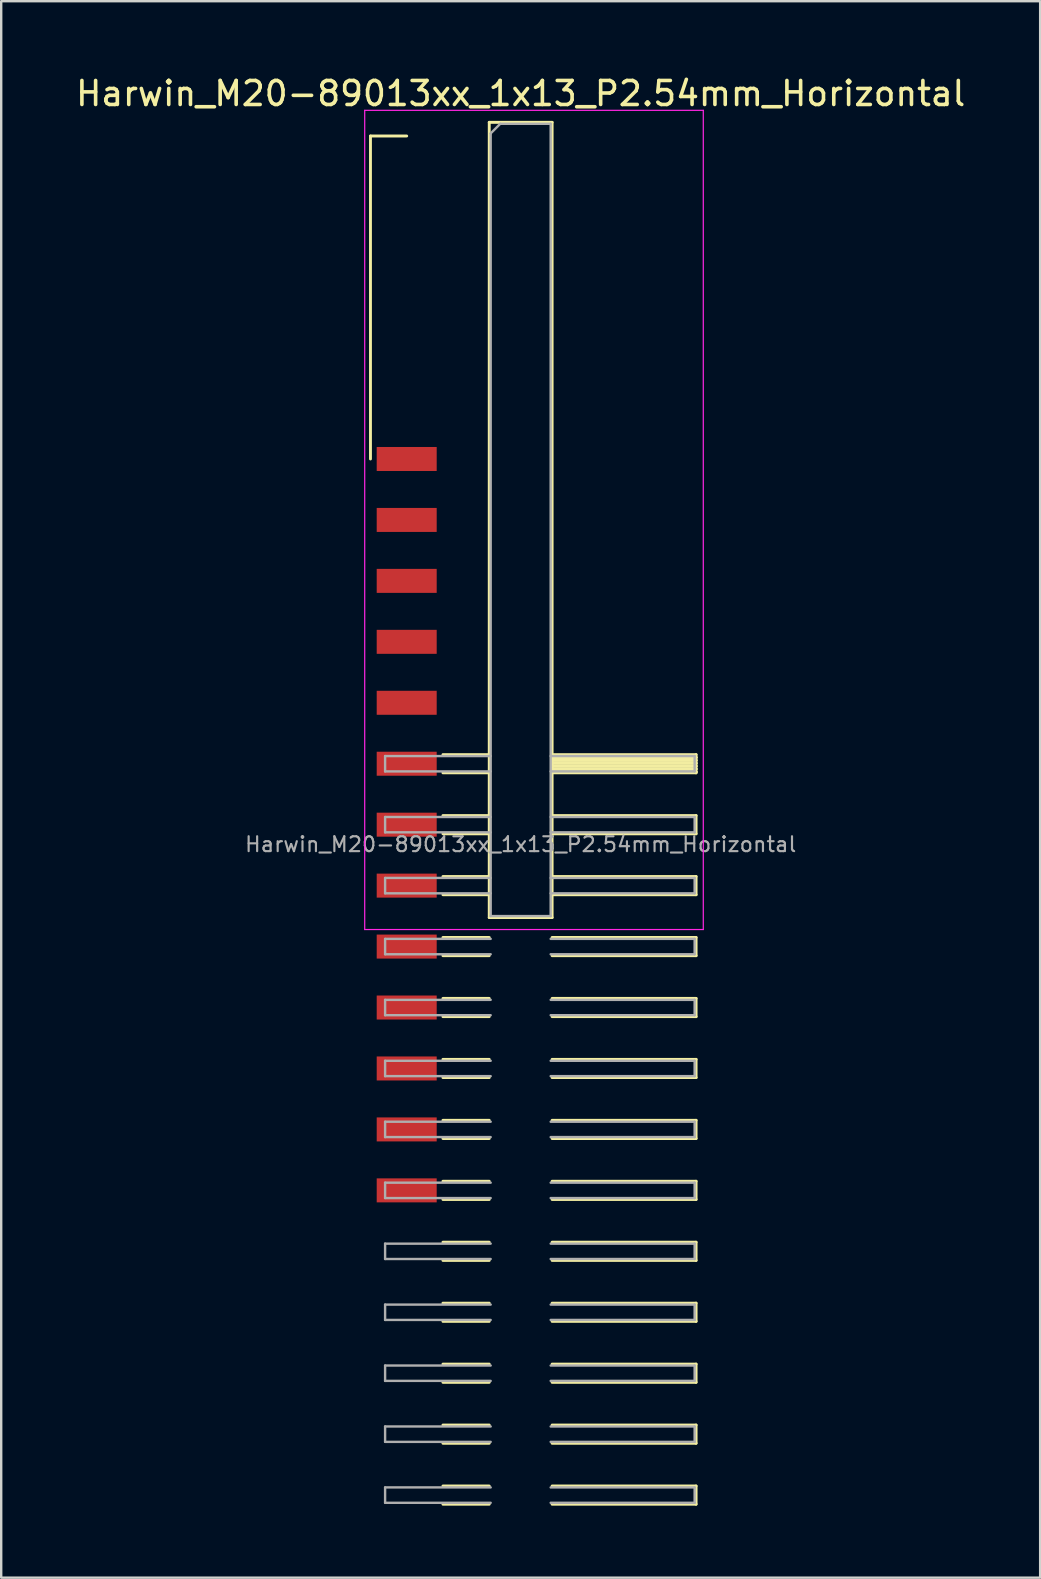
<source format=kicad_pcb>
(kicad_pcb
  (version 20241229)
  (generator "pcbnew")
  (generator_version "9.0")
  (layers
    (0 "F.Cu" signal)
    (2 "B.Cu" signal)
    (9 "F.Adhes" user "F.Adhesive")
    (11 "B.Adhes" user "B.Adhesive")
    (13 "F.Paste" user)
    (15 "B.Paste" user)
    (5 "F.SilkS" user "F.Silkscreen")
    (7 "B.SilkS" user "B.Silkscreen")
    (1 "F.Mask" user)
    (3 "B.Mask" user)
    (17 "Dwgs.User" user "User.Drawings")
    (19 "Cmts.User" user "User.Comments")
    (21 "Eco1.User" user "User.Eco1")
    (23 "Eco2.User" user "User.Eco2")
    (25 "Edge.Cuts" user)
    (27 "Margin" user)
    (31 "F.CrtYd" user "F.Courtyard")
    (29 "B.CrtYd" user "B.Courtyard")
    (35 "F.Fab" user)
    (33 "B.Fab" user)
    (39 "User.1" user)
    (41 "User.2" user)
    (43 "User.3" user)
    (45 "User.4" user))
  (footprint "Harwin_M20-89013xx_1x13_P2.54mm_Horizontal"
    (layer "F.Cu")
    (at 13.899 16.078)
    (property "Reference" "Harwin_M20-89013xx_1x13_P2.54mm_Horizontal" (at 4.75 -15.23 0) (layer "F.SilkS") (effects (font (size 1 1) (thickness 0.15))))
    (attr smd)
    (fp_line (start -1.51 -13.46) (end 0 -13.46) (stroke (width 0.12) (type solid)) (layer "F.SilkS"))
    (fp_line (start -1.51 0) (end -1.51 -13.46) (stroke (width 0.12) (type solid)) (layer "F.SilkS"))
    (fp_line (start 1.51 12.32) (end 3.44 12.32) (stroke (width 0.12) (type solid)) (layer "F.SilkS"))
    (fp_line (start 1.51 13.08) (end 3.44 13.08) (stroke (width 0.12) (type solid)) (layer "F.SilkS"))
    (fp_line (start 1.51 14.86) (end 3.44 14.86) (stroke (width 0.12) (type solid)) (layer "F.SilkS"))
    (fp_line (start 1.51 15.62) (end 3.44 15.62) (stroke (width 0.12) (type solid)) (layer "F.SilkS"))
    (fp_line (start 1.51 17.4) (end 3.44 17.4) (stroke (width 0.12) (type solid)) (layer "F.SilkS"))
    (fp_line (start 1.51 18.16) (end 3.44 18.16) (stroke (width 0.12) (type solid)) (layer "F.SilkS"))
    (fp_line (start 1.51 19.94) (end 3.44 19.94) (stroke (width 0.12) (type solid)) (layer "F.SilkS"))
    (fp_line (start 1.51 20.7) (end 3.44 20.7) (stroke (width 0.12) (type solid)) (layer "F.SilkS"))
    (fp_line (start 1.51 22.48) (end 3.44 22.48) (stroke (width 0.12) (type solid)) (layer "F.SilkS"))
    (fp_line (start 1.51 23.24) (end 3.44 23.24) (stroke (width 0.12) (type solid)) (layer "F.SilkS"))
    (fp_line (start 1.51 25.02) (end 3.44 25.02) (stroke (width 0.12) (type solid)) (layer "F.SilkS"))
    (fp_line (start 1.51 25.78) (end 3.44 25.78) (stroke (width 0.12) (type solid)) (layer "F.SilkS"))
    (fp_line (start 1.51 27.56) (end 3.44 27.56) (stroke (width 0.12) (type solid)) (layer "F.SilkS"))
    (fp_line (start 1.51 28.32) (end 3.44 28.32) (stroke (width 0.12) (type solid)) (layer "F.SilkS"))
    (fp_line (start 1.51 30.1) (end 3.44 30.1) (stroke (width 0.12) (type solid)) (layer "F.SilkS"))
    (fp_line (start 1.51 30.86) (end 3.44 30.86) (stroke (width 0.12) (type solid)) (layer "F.SilkS"))
    (fp_line (start 1.51 32.64) (end 3.44 32.64) (stroke (width 0.12) (type solid)) (layer "F.SilkS"))
    (fp_line (start 1.51 33.4) (end 3.44 33.4) (stroke (width 0.12) (type solid)) (layer "F.SilkS"))
    (fp_line (start 1.51 35.18) (end 3.44 35.18) (stroke (width 0.12) (type solid)) (layer "F.SilkS"))
    (fp_line (start 1.51 35.94) (end 3.44 35.94) (stroke (width 0.12) (type solid)) (layer "F.SilkS"))
    (fp_line (start 1.51 37.72) (end 3.44 37.72) (stroke (width 0.12) (type solid)) (layer "F.SilkS"))
    (fp_line (start 1.51 38.48) (end 3.44 38.48) (stroke (width 0.12) (type solid)) (layer "F.SilkS"))
    (fp_line (start 1.51 40.26) (end 3.44 40.26) (stroke (width 0.12) (type solid)) (layer "F.SilkS"))
    (fp_line (start 1.51 41.02) (end 3.44 41.02) (stroke (width 0.12) (type solid)) (layer "F.SilkS"))
    (fp_line (start 1.51 42.8) (end 3.44 42.8) (stroke (width 0.12) (type solid)) (layer "F.SilkS"))
    (fp_line (start 1.51 43.56) (end 3.44 43.56) (stroke (width 0.12) (type solid)) (layer "F.SilkS"))
    (fp_line (start 3.44 -14.03) (end 6.06 -14.03) (stroke (width 0.12) (type solid)) (layer "F.SilkS"))
    (fp_line (start 3.44 19.11) (end 3.44 -14.03) (stroke (width 0.12) (type solid)) (layer "F.SilkS"))
    (fp_line (start 6.06 -14.03) (end 6.06 19.11) (stroke (width 0.12) (type solid)) (layer "F.SilkS"))
    (fp_line (start 6.06 12.32) (end 12.06 12.32) (stroke (width 0.12) (type solid)) (layer "F.SilkS"))
    (fp_line (start 6.06 12.44) (end 6.06 12.44) (stroke (width 0.12) (type solid)) (layer "F.SilkS"))
    (fp_line (start 6.06 12.44) (end 12.06 12.44) (stroke (width 0.12) (type solid)) (layer "F.SilkS"))
    (fp_line (start 6.06 12.56) (end 6.06 12.56) (stroke (width 0.12) (type solid)) (layer "F.SilkS"))
    (fp_line (start 6.06 12.56) (end 12.06 12.56) (stroke (width 0.12) (type solid)) (layer "F.SilkS"))
    (fp_line (start 6.06 12.68) (end 6.06 12.68) (stroke (width 0.12) (type solid)) (layer "F.SilkS"))
    (fp_line (start 6.06 12.68) (end 12.06 12.68) (stroke (width 0.12) (type solid)) (layer "F.SilkS"))
    (fp_line (start 6.06 12.8) (end 6.06 12.8) (stroke (width 0.12) (type solid)) (layer "F.SilkS"))
    (fp_line (start 6.06 12.8) (end 12.06 12.8) (stroke (width 0.12) (type solid)) (layer "F.SilkS"))
    (fp_line (start 6.06 12.92) (end 6.06 12.92) (stroke (width 0.12) (type solid)) (layer "F.SilkS"))
    (fp_line (start 6.06 12.92) (end 12.06 12.92) (stroke (width 0.12) (type solid)) (layer "F.SilkS"))
    (fp_line (start 6.06 13.04) (end 6.06 13.04) (stroke (width 0.12) (type solid)) (layer "F.SilkS"))
    (fp_line (start 6.06 13.04) (end 12.06 13.04) (stroke (width 0.12) (type solid)) (layer "F.SilkS"))
    (fp_line (start 6.06 14.86) (end 12.06 14.86) (stroke (width 0.12) (type solid)) (layer "F.SilkS"))
    (fp_line (start 6.06 17.4) (end 12.06 17.4) (stroke (width 0.12) (type solid)) (layer "F.SilkS"))
    (fp_line (start 6.06 19.11) (end 3.44 19.11) (stroke (width 0.12) (type solid)) (layer "F.SilkS"))
    (fp_line (start 6.06 19.94) (end 12.06 19.94) (stroke (width 0.12) (type solid)) (layer "F.SilkS"))
    (fp_line (start 6.06 22.48) (end 12.06 22.48) (stroke (width 0.12) (type solid)) (layer "F.SilkS"))
    (fp_line (start 6.06 25.02) (end 12.06 25.02) (stroke (width 0.12) (type solid)) (layer "F.SilkS"))
    (fp_line (start 6.06 27.56) (end 12.06 27.56) (stroke (width 0.12) (type solid)) (layer "F.SilkS"))
    (fp_line (start 6.06 30.1) (end 12.06 30.1) (stroke (width 0.12) (type solid)) (layer "F.SilkS"))
    (fp_line (start 6.06 32.64) (end 12.06 32.64) (stroke (width 0.12) (type solid)) (layer "F.SilkS"))
    (fp_line (start 6.06 35.18) (end 12.06 35.18) (stroke (width 0.12) (type solid)) (layer "F.SilkS"))
    (fp_line (start 6.06 37.72) (end 12.06 37.72) (stroke (width 0.12) (type solid)) (layer "F.SilkS"))
    (fp_line (start 6.06 40.26) (end 12.06 40.26) (stroke (width 0.12) (type solid)) (layer "F.SilkS"))
    (fp_line (start 6.06 42.8) (end 12.06 42.8) (stroke (width 0.12) (type solid)) (layer "F.SilkS"))
    (fp_line (start 12.06 12.32) (end 12.06 13.08) (stroke (width 0.12) (type solid)) (layer "F.SilkS"))
    (fp_line (start 12.06 12.44) (end 6.06 12.44) (stroke (width 0.12) (type solid)) (layer "F.SilkS"))
    (fp_line (start 12.06 12.44) (end 12.06 12.44) (stroke (width 0.12) (type solid)) (layer "F.SilkS"))
    (fp_line (start 12.06 12.56) (end 6.06 12.56) (stroke (width 0.12) (type solid)) (layer "F.SilkS"))
    (fp_line (start 12.06 12.56) (end 12.06 12.56) (stroke (width 0.12) (type solid)) (layer "F.SilkS"))
    (fp_line (start 12.06 12.68) (end 6.06 12.68) (stroke (width 0.12) (type solid)) (layer "F.SilkS"))
    (fp_line (start 12.06 12.68) (end 12.06 12.68) (stroke (width 0.12) (type solid)) (layer "F.SilkS"))
    (fp_line (start 12.06 12.8) (end 6.06 12.8) (stroke (width 0.12) (type solid)) (layer "F.SilkS"))
    (fp_line (start 12.06 12.8) (end 12.06 12.8) (stroke (width 0.12) (type solid)) (layer "F.SilkS"))
    (fp_line (start 12.06 12.92) (end 6.06 12.92) (stroke (width 0.12) (type solid)) (layer "F.SilkS"))
    (fp_line (start 12.06 12.92) (end 12.06 12.92) (stroke (width 0.12) (type solid)) (layer "F.SilkS"))
    (fp_line (start 12.06 13.04) (end 6.06 13.04) (stroke (width 0.12) (type solid)) (layer "F.SilkS"))
    (fp_line (start 12.06 13.04) (end 12.06 13.04) (stroke (width 0.12) (type solid)) (layer "F.SilkS"))
    (fp_line (start 12.06 13.08) (end 6.06 13.08) (stroke (width 0.12) (type solid)) (layer "F.SilkS"))
    (fp_line (start 12.06 14.86) (end 12.06 15.62) (stroke (width 0.12) (type solid)) (layer "F.SilkS"))
    (fp_line (start 12.06 15.62) (end 6.06 15.62) (stroke (width 0.12) (type solid)) (layer "F.SilkS"))
    (fp_line (start 12.06 17.4) (end 12.06 18.16) (stroke (width 0.12) (type solid)) (layer "F.SilkS"))
    (fp_line (start 12.06 18.16) (end 6.06 18.16) (stroke (width 0.12) (type solid)) (layer "F.SilkS"))
    (fp_line (start 12.06 19.94) (end 12.06 20.7) (stroke (width 0.12) (type solid)) (layer "F.SilkS"))
    (fp_line (start 12.06 20.7) (end 6.06 20.7) (stroke (width 0.12) (type solid)) (layer "F.SilkS"))
    (fp_line (start 12.06 22.48) (end 12.06 23.24) (stroke (width 0.12) (type solid)) (layer "F.SilkS"))
    (fp_line (start 12.06 23.24) (end 6.06 23.24) (stroke (width 0.12) (type solid)) (layer "F.SilkS"))
    (fp_line (start 12.06 25.02) (end 12.06 25.78) (stroke (width 0.12) (type solid)) (layer "F.SilkS"))
    (fp_line (start 12.06 25.78) (end 6.06 25.78) (stroke (width 0.12) (type solid)) (layer "F.SilkS"))
    (fp_line (start 12.06 27.56) (end 12.06 28.32) (stroke (width 0.12) (type solid)) (layer "F.SilkS"))
    (fp_line (start 12.06 28.32) (end 6.06 28.32) (stroke (width 0.12) (type solid)) (layer "F.SilkS"))
    (fp_line (start 12.06 30.1) (end 12.06 30.86) (stroke (width 0.12) (type solid)) (layer "F.SilkS"))
    (fp_line (start 12.06 30.86) (end 6.06 30.86) (stroke (width 0.12) (type solid)) (layer "F.SilkS"))
    (fp_line (start 12.06 32.64) (end 12.06 33.4) (stroke (width 0.12) (type solid)) (layer "F.SilkS"))
    (fp_line (start 12.06 33.4) (end 6.06 33.4) (stroke (width 0.12) (type solid)) (layer "F.SilkS"))
    (fp_line (start 12.06 35.18) (end 12.06 35.94) (stroke (width 0.12) (type solid)) (layer "F.SilkS"))
    (fp_line (start 12.06 35.94) (end 6.06 35.94) (stroke (width 0.12) (type solid)) (layer "F.SilkS"))
    (fp_line (start 12.06 37.72) (end 12.06 38.48) (stroke (width 0.12) (type solid)) (layer "F.SilkS"))
    (fp_line (start 12.06 38.48) (end 6.06 38.48) (stroke (width 0.12) (type solid)) (layer "F.SilkS"))
    (fp_line (start 12.06 40.26) (end 12.06 41.02) (stroke (width 0.12) (type solid)) (layer "F.SilkS"))
    (fp_line (start 12.06 41.02) (end 6.06 41.02) (stroke (width 0.12) (type solid)) (layer "F.SilkS"))
    (fp_line (start 12.06 42.8) (end 12.06 43.56) (stroke (width 0.12) (type solid)) (layer "F.SilkS"))
    (fp_line (start 12.06 43.56) (end 6.06 43.56) (stroke (width 0.12) (type solid)) (layer "F.SilkS"))
    (fp_line (start -1.75 -14.53) (end 12.36 -14.53) (stroke (width 0.05) (type solid)) (layer "F.CrtYd"))
    (fp_line (start -1.75 19.61) (end -1.75 -14.53) (stroke (width 0.05) (type solid)) (layer "F.CrtYd"))
    (fp_line (start 12.36 -14.53) (end 12.36 19.61) (stroke (width 0.05) (type solid)) (layer "F.CrtYd"))
    (fp_line (start 12.36 19.61) (end -1.75 19.61) (stroke (width 0.05) (type solid)) (layer "F.CrtYd"))
    (fp_line (start -0.9 12.38) (end -0.9 13.02) (stroke (width 0.1) (type solid)) (layer "F.Fab"))
    (fp_line (start -0.9 13.02) (end 3.5 13.02) (stroke (width 0.1) (type solid)) (layer "F.Fab"))
    (fp_line (start -0.9 14.92) (end -0.9 15.56) (stroke (width 0.1) (type solid)) (layer "F.Fab"))
    (fp_line (start -0.9 15.56) (end 3.5 15.56) (stroke (width 0.1) (type solid)) (layer "F.Fab"))
    (fp_line (start -0.9 17.46) (end -0.9 18.1) (stroke (width 0.1) (type solid)) (layer "F.Fab"))
    (fp_line (start -0.9 18.1) (end 3.5 18.1) (stroke (width 0.1) (type solid)) (layer "F.Fab"))
    (fp_line (start -0.9 20) (end -0.9 20.64) (stroke (width 0.1) (type solid)) (layer "F.Fab"))
    (fp_line (start -0.9 20.64) (end 3.5 20.64) (stroke (width 0.1) (type solid)) (layer "F.Fab"))
    (fp_line (start -0.9 22.54) (end -0.9 23.18) (stroke (width 0.1) (type solid)) (layer "F.Fab"))
    (fp_line (start -0.9 23.18) (end 3.5 23.18) (stroke (width 0.1) (type solid)) (layer "F.Fab"))
    (fp_line (start -0.9 25.08) (end -0.9 25.72) (stroke (width 0.1) (type solid)) (layer "F.Fab"))
    (fp_line (start -0.9 25.72) (end 3.5 25.72) (stroke (width 0.1) (type solid)) (layer "F.Fab"))
    (fp_line (start -0.9 27.62) (end -0.9 28.26) (stroke (width 0.1) (type solid)) (layer "F.Fab"))
    (fp_line (start -0.9 28.26) (end 3.5 28.26) (stroke (width 0.1) (type solid)) (layer "F.Fab"))
    (fp_line (start -0.9 30.16) (end -0.9 30.8) (stroke (width 0.1) (type solid)) (layer "F.Fab"))
    (fp_line (start -0.9 30.8) (end 3.5 30.8) (stroke (width 0.1) (type solid)) (layer "F.Fab"))
    (fp_line (start -0.9 32.7) (end -0.9 33.34) (stroke (width 0.1) (type solid)) (layer "F.Fab"))
    (fp_line (start -0.9 33.34) (end 3.5 33.34) (stroke (width 0.1) (type solid)) (layer "F.Fab"))
    (fp_line (start -0.9 35.24) (end -0.9 35.88) (stroke (width 0.1) (type solid)) (layer "F.Fab"))
    (fp_line (start -0.9 35.88) (end 3.5 35.88) (stroke (width 0.1) (type solid)) (layer "F.Fab"))
    (fp_line (start -0.9 37.78) (end -0.9 38.42) (stroke (width 0.1) (type solid)) (layer "F.Fab"))
    (fp_line (start -0.9 38.42) (end 3.5 38.42) (stroke (width 0.1) (type solid)) (layer "F.Fab"))
    (fp_line (start -0.9 40.32) (end -0.9 40.96) (stroke (width 0.1) (type solid)) (layer "F.Fab"))
    (fp_line (start -0.9 40.96) (end 3.5 40.96) (stroke (width 0.1) (type solid)) (layer "F.Fab"))
    (fp_line (start -0.9 42.86) (end -0.9 43.5) (stroke (width 0.1) (type solid)) (layer "F.Fab"))
    (fp_line (start -0.9 43.5) (end 3.5 43.5) (stroke (width 0.1) (type solid)) (layer "F.Fab"))
    (fp_line (start 3.5 -13.57) (end 3.9 -13.97) (stroke (width 0.1) (type solid)) (layer "F.Fab"))
    (fp_line (start 3.5 12.38) (end -0.9 12.38) (stroke (width 0.1) (type solid)) (layer "F.Fab"))
    (fp_line (start 3.5 14.92) (end -0.9 14.92) (stroke (width 0.1) (type solid)) (layer "F.Fab"))
    (fp_line (start 3.5 17.46) (end -0.9 17.46) (stroke (width 0.1) (type solid)) (layer "F.Fab"))
    (fp_line (start 3.5 19.05) (end 3.5 -13.57) (stroke (width 0.1) (type solid)) (layer "F.Fab"))
    (fp_line (start 3.5 20) (end -0.9 20) (stroke (width 0.1) (type solid)) (layer "F.Fab"))
    (fp_line (start 3.5 22.54) (end -0.9 22.54) (stroke (width 0.1) (type solid)) (layer "F.Fab"))
    (fp_line (start 3.5 25.08) (end -0.9 25.08) (stroke (width 0.1) (type solid)) (layer "F.Fab"))
    (fp_line (start 3.5 27.62) (end -0.9 27.62) (stroke (width 0.1) (type solid)) (layer "F.Fab"))
    (fp_line (start 3.5 30.16) (end -0.9 30.16) (stroke (width 0.1) (type solid)) (layer "F.Fab"))
    (fp_line (start 3.5 32.7) (end -0.9 32.7) (stroke (width 0.1) (type solid)) (layer "F.Fab"))
    (fp_line (start 3.5 35.24) (end -0.9 35.24) (stroke (width 0.1) (type solid)) (layer "F.Fab"))
    (fp_line (start 3.5 37.78) (end -0.9 37.78) (stroke (width 0.1) (type solid)) (layer "F.Fab"))
    (fp_line (start 3.5 40.32) (end -0.9 40.32) (stroke (width 0.1) (type solid)) (layer "F.Fab"))
    (fp_line (start 3.5 42.86) (end -0.9 42.86) (stroke (width 0.1) (type solid)) (layer "F.Fab"))
    (fp_line (start 3.9 -13.97) (end 6 -13.97) (stroke (width 0.1) (type solid)) (layer "F.Fab"))
    (fp_line (start 6 -13.97) (end 6 19.05) (stroke (width 0.1) (type solid)) (layer "F.Fab"))
    (fp_line (start 6 12.38) (end 12 12.38) (stroke (width 0.1) (type solid)) (layer "F.Fab"))
    (fp_line (start 6 14.92) (end 12 14.92) (stroke (width 0.1) (type solid)) (layer "F.Fab"))
    (fp_line (start 6 17.46) (end 12 17.46) (stroke (width 0.1) (type solid)) (layer "F.Fab"))
    (fp_line (start 6 19.05) (end 3.5 19.05) (stroke (width 0.1) (type solid)) (layer "F.Fab"))
    (fp_line (start 6 20) (end 12 20) (stroke (width 0.1) (type solid)) (layer "F.Fab"))
    (fp_line (start 6 22.54) (end 12 22.54) (stroke (width 0.1) (type solid)) (layer "F.Fab"))
    (fp_line (start 6 25.08) (end 12 25.08) (stroke (width 0.1) (type solid)) (layer "F.Fab"))
    (fp_line (start 6 27.62) (end 12 27.62) (stroke (width 0.1) (type solid)) (layer "F.Fab"))
    (fp_line (start 6 30.16) (end 12 30.16) (stroke (width 0.1) (type solid)) (layer "F.Fab"))
    (fp_line (start 6 32.7) (end 12 32.7) (stroke (width 0.1) (type solid)) (layer "F.Fab"))
    (fp_line (start 6 35.24) (end 12 35.24) (stroke (width 0.1) (type solid)) (layer "F.Fab"))
    (fp_line (start 6 37.78) (end 12 37.78) (stroke (width 0.1) (type solid)) (layer "F.Fab"))
    (fp_line (start 6 40.32) (end 12 40.32) (stroke (width 0.1) (type solid)) (layer "F.Fab"))
    (fp_line (start 6 42.86) (end 12 42.86) (stroke (width 0.1) (type solid)) (layer "F.Fab"))
    (fp_line (start 12 12.38) (end 12 13.02) (stroke (width 0.1) (type solid)) (layer "F.Fab"))
    (fp_line (start 12 13.02) (end 6 13.02) (stroke (width 0.1) (type solid)) (layer "F.Fab"))
    (fp_line (start 12 14.92) (end 12 15.56) (stroke (width 0.1) (type solid)) (layer "F.Fab"))
    (fp_line (start 12 15.56) (end 6 15.56) (stroke (width 0.1) (type solid)) (layer "F.Fab"))
    (fp_line (start 12 17.46) (end 12 18.1) (stroke (width 0.1) (type solid)) (layer "F.Fab"))
    (fp_line (start 12 18.1) (end 6 18.1) (stroke (width 0.1) (type solid)) (layer "F.Fab"))
    (fp_line (start 12 20) (end 12 20.64) (stroke (width 0.1) (type solid)) (layer "F.Fab"))
    (fp_line (start 12 20.64) (end 6 20.64) (stroke (width 0.1) (type solid)) (layer "F.Fab"))
    (fp_line (start 12 22.54) (end 12 23.18) (stroke (width 0.1) (type solid)) (layer "F.Fab"))
    (fp_line (start 12 23.18) (end 6 23.18) (stroke (width 0.1) (type solid)) (layer "F.Fab"))
    (fp_line (start 12 25.08) (end 12 25.72) (stroke (width 0.1) (type solid)) (layer "F.Fab"))
    (fp_line (start 12 25.72) (end 6 25.72) (stroke (width 0.1) (type solid)) (layer "F.Fab"))
    (fp_line (start 12 27.62) (end 12 28.26) (stroke (width 0.1) (type solid)) (layer "F.Fab"))
    (fp_line (start 12 28.26) (end 6 28.26) (stroke (width 0.1) (type solid)) (layer "F.Fab"))
    (fp_line (start 12 30.16) (end 12 30.8) (stroke (width 0.1) (type solid)) (layer "F.Fab"))
    (fp_line (start 12 30.8) (end 6 30.8) (stroke (width 0.1) (type solid)) (layer "F.Fab"))
    (fp_line (start 12 32.7) (end 12 33.34) (stroke (width 0.1) (type solid)) (layer "F.Fab"))
    (fp_line (start 12 33.34) (end 6 33.34) (stroke (width 0.1) (type solid)) (layer "F.Fab"))
    (fp_line (start 12 35.24) (end 12 35.88) (stroke (width 0.1) (type solid)) (layer "F.Fab"))
    (fp_line (start 12 35.88) (end 6 35.88) (stroke (width 0.1) (type solid)) (layer "F.Fab"))
    (fp_line (start 12 37.78) (end 12 38.42) (stroke (width 0.1) (type solid)) (layer "F.Fab"))
    (fp_line (start 12 38.42) (end 6 38.42) (stroke (width 0.1) (type solid)) (layer "F.Fab"))
    (fp_line (start 12 40.32) (end 12 40.96) (stroke (width 0.1) (type solid)) (layer "F.Fab"))
    (fp_line (start 12 40.96) (end 6 40.96) (stroke (width 0.1) (type solid)) (layer "F.Fab"))
    (fp_line (start 12 42.86) (end 12 43.5) (stroke (width 0.1) (type solid)) (layer "F.Fab"))
    (fp_line (start 12 43.5) (end 6 43.5) (stroke (width 0.1) (type solid)) (layer "F.Fab"))
    (fp_text user "${REFERENCE}" (at 4.75 16.06 0) (layer "F.Fab") (effects (font (size 0.62 0.62) (thickness 0.09))))
    (pad "1" smd rect (at 0 0) (size 2.5 1) (layers "F.Cu" "F.Mask" "F.Paste"))
    (pad "2" smd rect (at 0 2.54) (size 2.5 1) (layers "F.Cu" "F.Mask" "F.Paste"))
    (pad "3" smd rect (at 0 5.08) (size 2.5 1) (layers "F.Cu" "F.Mask" "F.Paste"))
    (pad "4" smd rect (at 0 7.62) (size 2.5 1) (layers "F.Cu" "F.Mask" "F.Paste"))
    (pad "5" smd rect (at 0 10.16) (size 2.5 1) (layers "F.Cu" "F.Mask" "F.Paste"))
    (pad "6" smd rect (at 0 12.7) (size 2.5 1) (layers "F.Cu" "F.Mask" "F.Paste"))
    (pad "7" smd rect (at 0 15.24) (size 2.5 1) (layers "F.Cu" "F.Mask" "F.Paste"))
    (pad "8" smd rect (at 0 17.78) (size 2.5 1) (layers "F.Cu" "F.Mask" "F.Paste"))
    (pad "9" smd rect (at 0 20.32) (size 2.5 1) (layers "F.Cu" "F.Mask" "F.Paste"))
    (pad "10" smd rect (at 0 22.86) (size 2.5 1) (layers "F.Cu" "F.Mask" "F.Paste"))
    (pad "11" smd rect (at 0 25.4) (size 2.5 1) (layers "F.Cu" "F.Mask" "F.Paste"))
    (pad "12" smd rect (at 0 27.94) (size 2.5 1) (layers "F.Cu" "F.Mask" "F.Paste"))
    (pad "13" smd rect (at 0 30.48) (size 2.5 1) (layers "F.Cu" "F.Mask" "F.Paste")))
  (gr_rect
    (start -3 -3)
    (end 40.298 62.698)
    (stroke (width 0.1) (type default))
    (fill no)
    (layer "Edge.Cuts")))
</source>
